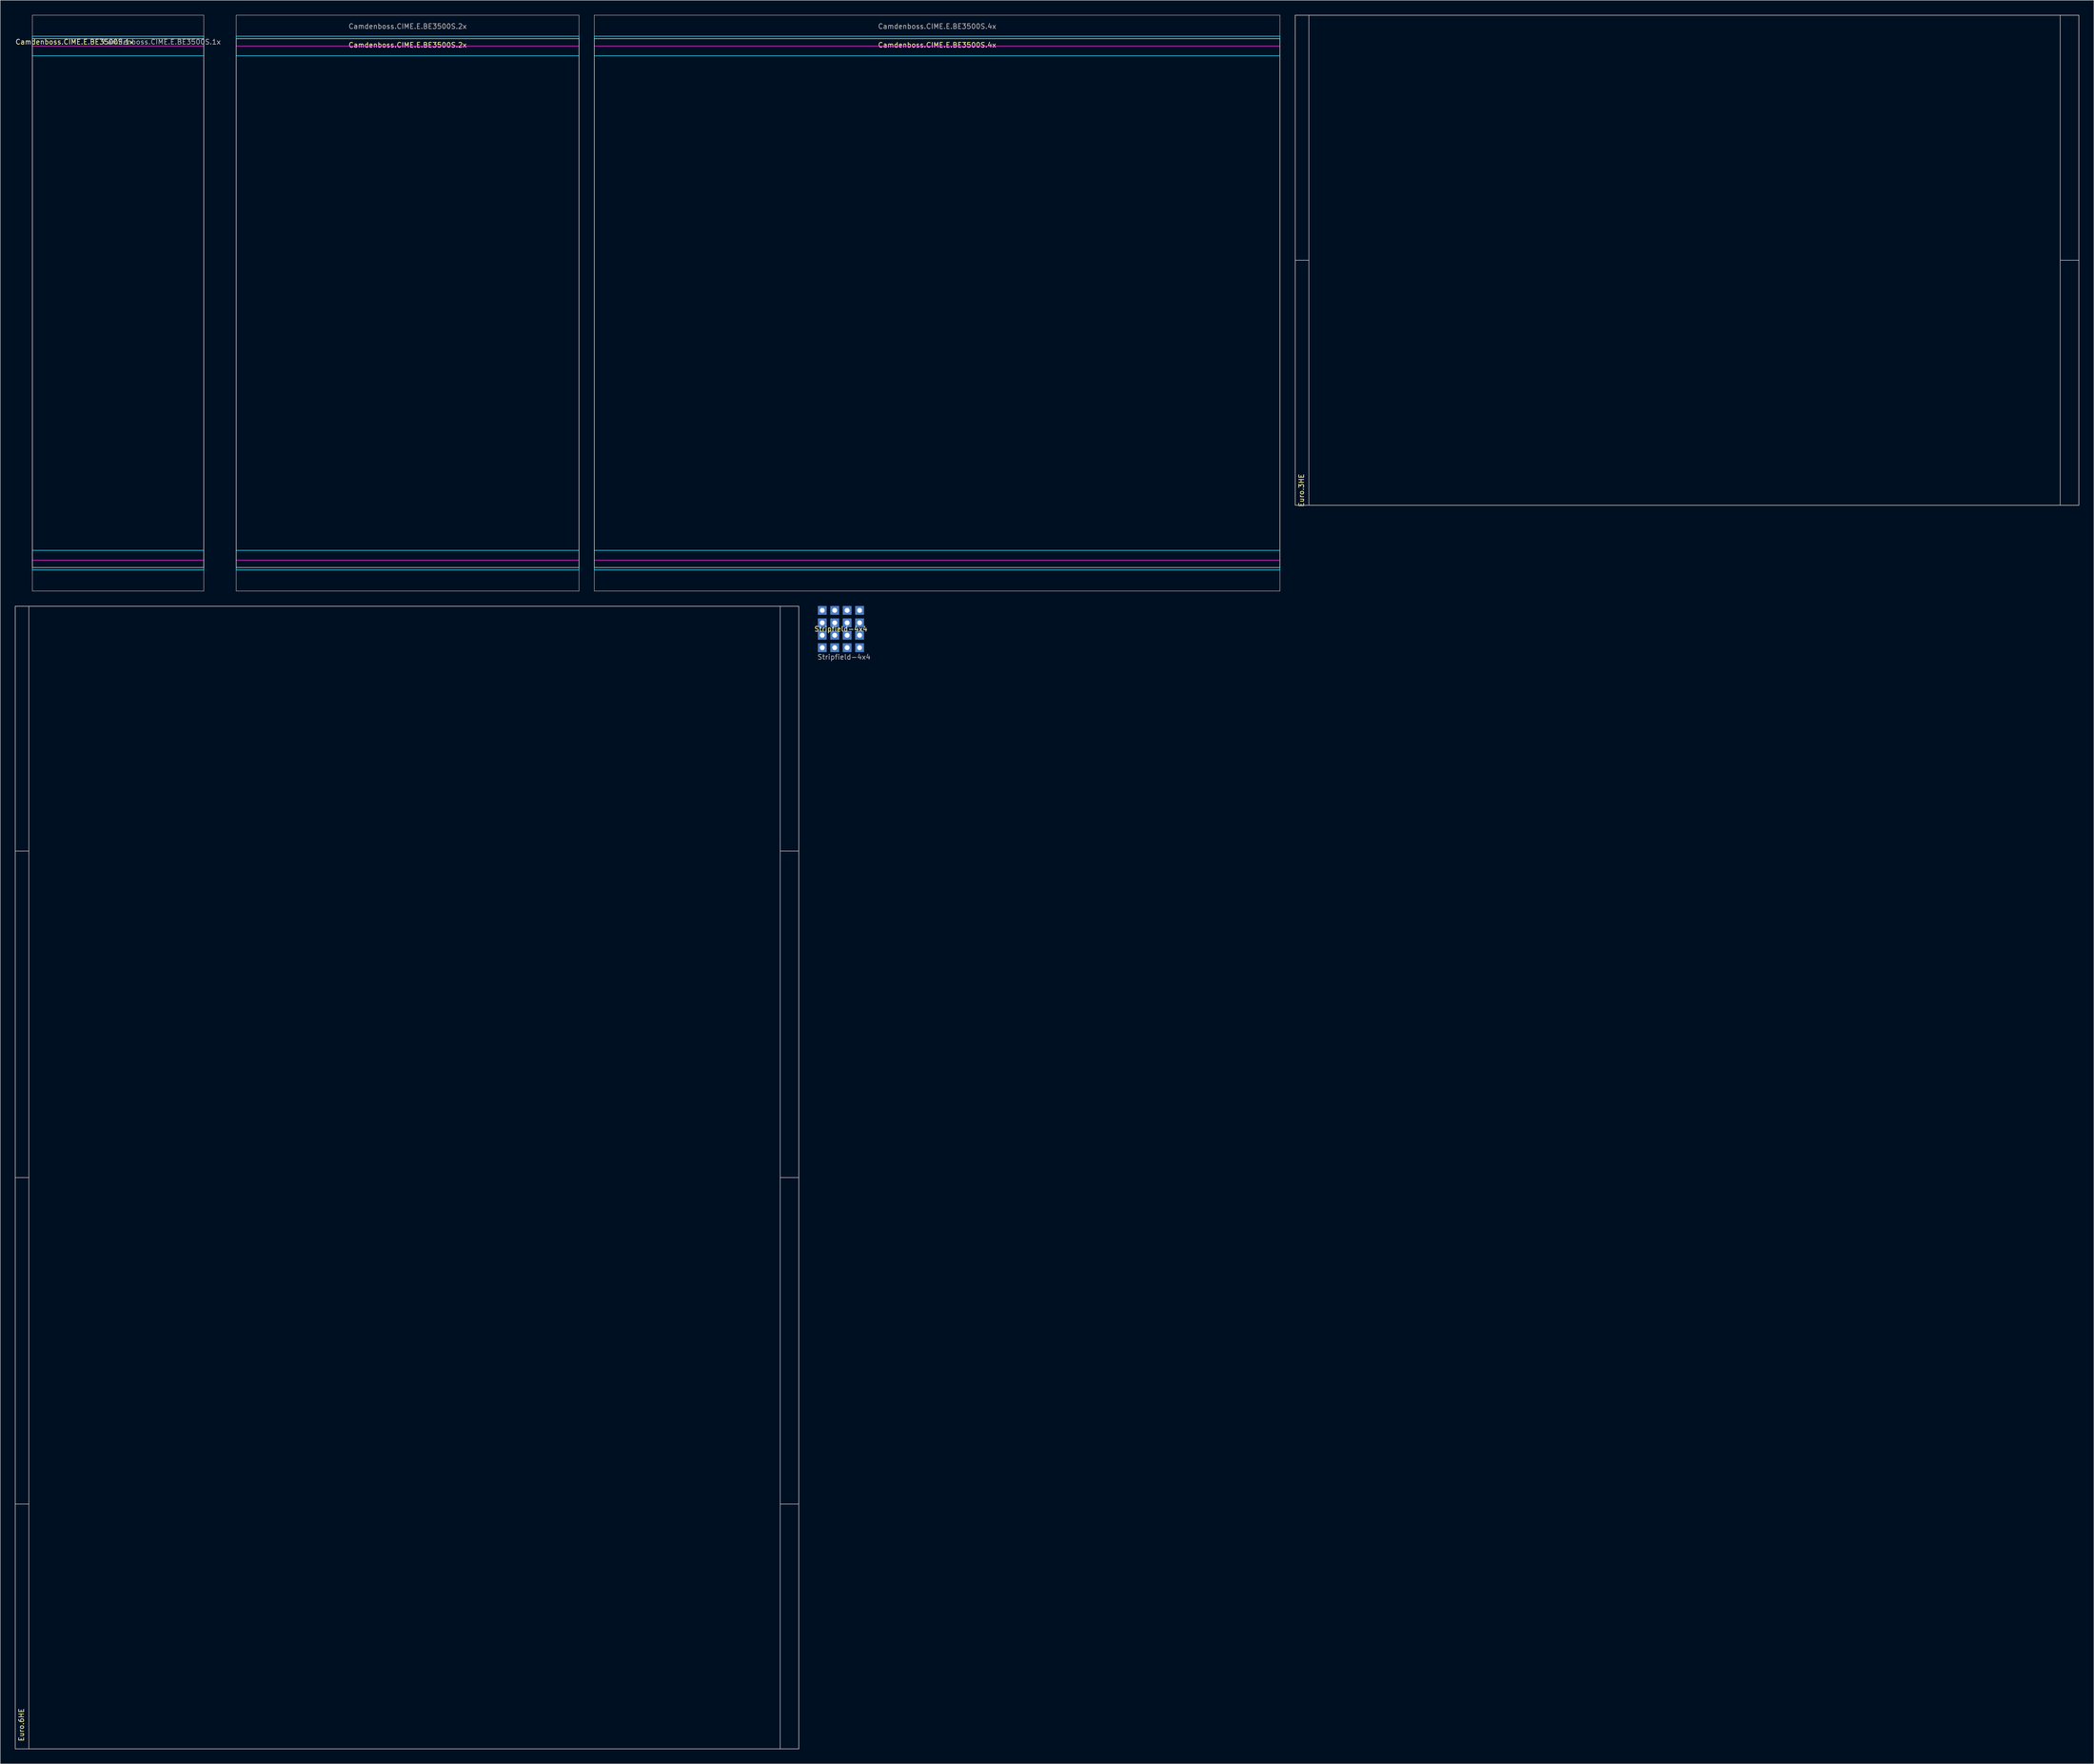
<source format=kicad_pcb>
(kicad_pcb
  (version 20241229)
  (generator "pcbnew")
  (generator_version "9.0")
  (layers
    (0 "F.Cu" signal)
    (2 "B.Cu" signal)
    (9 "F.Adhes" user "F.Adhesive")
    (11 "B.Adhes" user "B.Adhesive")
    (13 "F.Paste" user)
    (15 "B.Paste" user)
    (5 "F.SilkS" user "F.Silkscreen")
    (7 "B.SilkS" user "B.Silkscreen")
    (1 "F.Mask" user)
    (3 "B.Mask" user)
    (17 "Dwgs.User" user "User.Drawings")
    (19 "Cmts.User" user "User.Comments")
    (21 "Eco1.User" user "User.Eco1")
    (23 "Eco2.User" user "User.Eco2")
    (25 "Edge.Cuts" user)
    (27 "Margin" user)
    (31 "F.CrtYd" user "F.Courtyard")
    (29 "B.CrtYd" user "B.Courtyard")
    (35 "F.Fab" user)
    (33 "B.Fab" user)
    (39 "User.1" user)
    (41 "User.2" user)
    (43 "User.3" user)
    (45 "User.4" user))
  (footprint "Stripfield-4x4"
    (layer "F.Cu")
    (at 164.85 129.22)
    (property "Reference" "Stripfield-4x4" (at 3.81 -3.81 0) (unlocked yes) (layer "F.SilkS") (effects (font (size 1 1) (thickness 0.15))))
    (fp_text user "${REFERENCE}" (at 4.445 1.905 0) (unlocked yes) (layer "F.Fab") (effects (font (size 1 1) (thickness 0.15))))
    (pad "1" thru_hole rect (at 0 0) (size 1.8 1.8) (drill 1) (layers "*.Cu" "*.Mask"))
    (pad "2" thru_hole rect (at 2.54 0) (size 1.8 1.8) (drill 1) (layers "*.Cu" "*.Mask"))
    (pad "3" thru_hole rect (at 5.08 0) (size 1.8 1.8) (drill 1) (layers "*.Cu" "*.Mask"))
    (pad "4" thru_hole rect (at 7.62 0) (size 1.8 1.8) (drill 1) (layers "*.Cu" "*.Mask"))
    (pad "5" thru_hole rect (at 0 -2.54) (size 1.8 1.8) (drill 1) (layers "*.Cu" "*.Mask"))
    (pad "6" thru_hole rect (at 2.54 -2.54) (size 1.8 1.8) (drill 1) (layers "*.Cu" "*.Mask"))
    (pad "7" thru_hole rect (at 5.08 -2.54) (size 1.8 1.8) (drill 1) (layers "*.Cu" "*.Mask"))
    (pad "8" thru_hole rect (at 7.62 -2.54) (size 1.8 1.8) (drill 1) (layers "*.Cu" "*.Mask"))
    (pad "9" thru_hole rect (at 0 -5.08) (size 1.8 1.8) (drill 1) (layers "*.Cu" "*.Mask"))
    (pad "10" thru_hole rect (at 2.54 -5.08) (size 1.8 1.8) (drill 1) (layers "*.Cu" "*.Mask"))
    (pad "11" thru_hole rect (at 5.08 -5.08) (size 1.8 1.8) (drill 1) (layers "*.Cu" "*.Mask"))
    (pad "12" thru_hole rect (at 7.62 -5.08) (size 1.8 1.8) (drill 1) (layers "*.Cu" "*.Mask"))
    (pad "13" thru_hole rect (at 0 -7.62) (size 1.8 1.8) (drill 1) (layers "*.Cu" "*.Mask"))
    (pad "14" thru_hole rect (at 2.54 -7.62) (size 1.8 1.8) (drill 1) (layers "*.Cu" "*.Mask"))
    (pad "15" thru_hole rect (at 5.08 -7.62) (size 1.8 1.8) (drill 1) (layers "*.Cu" "*.Mask"))
    (pad "16" thru_hole rect (at 7.62 -7.62) (size 1.8 1.8) (drill 1) (layers "*.Cu" "*.Mask")))
  (footprint "Euro.3HE"
    (layer "F.Cu")
    (at 341.435 50.098)
    (property "Reference" "Euro.3HE" (at -78.74 46.99 90) (unlocked yes) (layer "F.SilkS") (effects (font (size 1 1) (thickness 0.15))))
    (fp_line (start -80.01 0) (end -77.216 0) (stroke (width 0.12) (type solid)) (layer "Dwgs.User"))
    (fp_line (start -77.216 50.038) (end -77.216 -50.038) (stroke (width 0.12) (type solid)) (layer "Dwgs.User"))
    (fp_line (start 76.2 0) (end 80.01 0) (stroke (width 0.12) (type solid)) (layer "Dwgs.User"))
    (fp_line (start 76.2 50.038) (end 76.2 -50.038) (stroke (width 0.12) (type solid)) (layer "Dwgs.User"))
    (fp_line (start -80.01 -50.038) (end -80.01 50.038) (stroke (width 0.12) (type solid)) (layer "Edge.Cuts"))
    (fp_line (start -80.01 50.038) (end 80.01 50.038) (stroke (width 0.12) (type solid)) (layer "Edge.Cuts"))
    (fp_line (start 80.01 -50.038) (end -80.01 -50.038) (stroke (width 0.12) (type solid)) (layer "Edge.Cuts"))
    (fp_line (start 80.01 50.038) (end 80.01 -50.038) (stroke (width 0.12) (type solid)) (layer "Edge.Cuts")))
  (footprint "Camdenboss.CIME.E.BE3500S.2x"
    (layer "F.Cu")
    (at 80.185 58.85)
    (property "Reference" "Camdenboss.CIME.E.BE3500S.2x" (at 0 -52.705 0) (unlocked yes) (layer "F.SilkS") (effects (font (size 1 1) (thickness 0.15))))
    (fp_line (start -35 -54) (end 35 -54) (stroke (width 0.12) (type solid)) (layer "Edge.Cuts"))
    (fp_line (start -35 54) (end -35 -54) (stroke (width 0.12) (type solid)) (layer "Edge.Cuts"))
    (fp_line (start 35 -54) (end 35 54) (stroke (width 0.12) (type solid)) (layer "Edge.Cuts"))
    (fp_line (start 35 54) (end -35 54) (stroke (width 0.12) (type solid)) (layer "Edge.Cuts"))
    (fp_line (start -35 -54.5) (end 35 -54.5) (stroke (width 0.12) (type solid)) (layer "B.CrtYd"))
    (fp_line (start -35 -50.5) (end -35 -54.5) (stroke (width 0.12) (type solid)) (layer "B.CrtYd"))
    (fp_line (start -35 50.5) (end 35 50.5) (stroke (width 0.12) (type solid)) (layer "B.CrtYd"))
    (fp_line (start -35 54.5) (end -35 50.5) (stroke (width 0.12) (type solid)) (layer "B.CrtYd"))
    (fp_line (start 35 -54.5) (end 35 -50.5) (stroke (width 0.12) (type solid)) (layer "B.CrtYd"))
    (fp_line (start 35 -50.5) (end -35 -50.5) (stroke (width 0.12) (type solid)) (layer "B.CrtYd"))
    (fp_line (start 35 50.5) (end 35 54.5) (stroke (width 0.12) (type solid)) (layer "B.CrtYd"))
    (fp_line (start 35 54.5) (end -35 54.5) (stroke (width 0.12) (type solid)) (layer "B.CrtYd"))
    (fp_line (start -35 -54.5) (end 35 -54.5) (stroke (width 0.12) (type solid)) (layer "F.CrtYd"))
    (fp_line (start -35 -52.5) (end -35 -54.5) (stroke (width 0.12) (type solid)) (layer "F.CrtYd"))
    (fp_line (start -35 52.5) (end 35 52.5) (stroke (width 0.12) (type solid)) (layer "F.CrtYd"))
    (fp_line (start -35 54.5) (end -35 52.5) (stroke (width 0.12) (type solid)) (layer "F.CrtYd"))
    (fp_line (start 35 -54.5) (end 35 -52.5) (stroke (width 0.12) (type solid)) (layer "F.CrtYd"))
    (fp_line (start 35 -52.5) (end -35 -52.5) (stroke (width 0.12) (type solid)) (layer "F.CrtYd"))
    (fp_line (start 35 52.5) (end 35 54.5) (stroke (width 0.12) (type solid)) (layer "F.CrtYd"))
    (fp_line (start 35 54.5) (end -35 54.5) (stroke (width 0.12) (type solid)) (layer "F.CrtYd"))
    (fp_line (start -35 -58.8) (end -35 -54.5) (stroke (width 0.1) (type solid)) (layer "F.Fab"))
    (fp_line (start -35 -58.8) (end 35 -58.8) (stroke (width 0.1) (type solid)) (layer "F.Fab"))
    (fp_line (start -35 -54.5) (end -35 54.5) (stroke (width 0.1) (type solid)) (layer "F.Fab"))
    (fp_line (start -35 54.5) (end 35 54.5) (stroke (width 0.1) (type solid)) (layer "F.Fab"))
    (fp_line (start -35 58.8) (end -35 54.5) (stroke (width 0.1) (type solid)) (layer "F.Fab"))
    (fp_line (start -35 58.8) (end 35 58.8) (stroke (width 0.1) (type solid)) (layer "F.Fab"))
    (fp_line (start 35 -58.8) (end 35 -54.5) (stroke (width 0.1) (type solid)) (layer "F.Fab"))
    (fp_line (start 35 -54.5) (end -35 -54.5) (stroke (width 0.1) (type solid)) (layer "F.Fab"))
    (fp_line (start 35 54.5) (end 35 -54.5) (stroke (width 0.1) (type solid)) (layer "F.Fab"))
    (fp_line (start 35 58.8) (end 35 54.5) (stroke (width 0.1) (type solid)) (layer "F.Fab"))
    (fp_text user "${REFERENCE}" (at 0 -56.515 0) (unlocked yes) (layer "F.Fab") (effects (font (size 1 1) (thickness 0.15)))))
  (footprint "Camdenboss.CIME.E.BE3500S.4x"
    (layer "F.Cu")
    (at 188.305 58.85)
    (property "Reference" "Camdenboss.CIME.E.BE3500S.4x" (at 0 -52.705 0) (unlocked yes) (layer "F.SilkS") (effects (font (size 1 1) (thickness 0.15))))
    (fp_line (start -70 -54) (end 70 -54) (stroke (width 0.12) (type solid)) (layer "Edge.Cuts"))
    (fp_line (start -70 54) (end -70 -54) (stroke (width 0.12) (type solid)) (layer "Edge.Cuts"))
    (fp_line (start 70 -54) (end 70 54) (stroke (width 0.12) (type solid)) (layer "Edge.Cuts"))
    (fp_line (start 70 54) (end -70 54) (stroke (width 0.12) (type solid)) (layer "Edge.Cuts"))
    (fp_line (start -70 -54.5) (end 70 -54.5) (stroke (width 0.12) (type solid)) (layer "B.CrtYd"))
    (fp_line (start -70 -50.5) (end -70 -54.5) (stroke (width 0.12) (type solid)) (layer "B.CrtYd"))
    (fp_line (start -70 50.5) (end 70 50.5) (stroke (width 0.12) (type solid)) (layer "B.CrtYd"))
    (fp_line (start -70 54.5) (end -70 50.5) (stroke (width 0.12) (type solid)) (layer "B.CrtYd"))
    (fp_line (start 70 -54.5) (end 70 -50.5) (stroke (width 0.12) (type solid)) (layer "B.CrtYd"))
    (fp_line (start 70 -50.5) (end -70 -50.5) (stroke (width 0.12) (type solid)) (layer "B.CrtYd"))
    (fp_line (start 70 50.5) (end 70 54.5) (stroke (width 0.12) (type solid)) (layer "B.CrtYd"))
    (fp_line (start 70 54.5) (end -70 54.5) (stroke (width 0.12) (type solid)) (layer "B.CrtYd"))
    (fp_line (start -70 -54.5) (end 70 -54.5) (stroke (width 0.12) (type solid)) (layer "F.CrtYd"))
    (fp_line (start -70 -52.5) (end -70 -54.5) (stroke (width 0.12) (type solid)) (layer "F.CrtYd"))
    (fp_line (start -70 52.5) (end 70 52.5) (stroke (width 0.12) (type solid)) (layer "F.CrtYd"))
    (fp_line (start -70 54.5) (end -70 52.5) (stroke (width 0.12) (type solid)) (layer "F.CrtYd"))
    (fp_line (start 70 -54.5) (end 70 -52.5) (stroke (width 0.12) (type solid)) (layer "F.CrtYd"))
    (fp_line (start 70 -52.5) (end -70 -52.5) (stroke (width 0.12) (type solid)) (layer "F.CrtYd"))
    (fp_line (start 70 52.5) (end 70 54.5) (stroke (width 0.12) (type solid)) (layer "F.CrtYd"))
    (fp_line (start 70 54.5) (end -70 54.5) (stroke (width 0.12) (type solid)) (layer "F.CrtYd"))
    (fp_line (start -70 -58.8) (end -70 -54.5) (stroke (width 0.1) (type solid)) (layer "F.Fab"))
    (fp_line (start -70 -58.8) (end 70 -58.8) (stroke (width 0.1) (type solid)) (layer "F.Fab"))
    (fp_line (start -70 -54.5) (end -70 54.5) (stroke (width 0.1) (type solid)) (layer "F.Fab"))
    (fp_line (start -70 54.5) (end 70 54.5) (stroke (width 0.1) (type solid)) (layer "F.Fab"))
    (fp_line (start -70 58.8) (end -70 54.5) (stroke (width 0.1) (type solid)) (layer "F.Fab"))
    (fp_line (start -70 58.8) (end 70 58.8) (stroke (width 0.1) (type solid)) (layer "F.Fab"))
    (fp_line (start 70 -58.8) (end 70 -54.5) (stroke (width 0.1) (type solid)) (layer "F.Fab"))
    (fp_line (start 70 -54.5) (end -70 -54.5) (stroke (width 0.1) (type solid)) (layer "F.Fab"))
    (fp_line (start 70 54.5) (end 70 -54.5) (stroke (width 0.1) (type solid)) (layer "F.Fab"))
    (fp_line (start 70 58.8) (end 70 54.5) (stroke (width 0.1) (type solid)) (layer "F.Fab"))
    (fp_text user "${REFERENCE}" (at 0 -56.515 0) (unlocked yes) (layer "F.Fab") (effects (font (size 1 1) (thickness 0.15)))))
  (footprint "Camdenboss.CIME.E.BE3500S.1x"
    (layer "F.Cu")
    (at 21.063 58.85)
    (property "Reference" "Camdenboss.CIME.E.BE3500S.1x" (at -8.89 -53.34 0) (unlocked yes) (layer "F.SilkS") (effects (font (size 1 1) (thickness 0.15))))
    (fp_line (start -17.5 -54) (end 17.5 -54) (stroke (width 0.12) (type solid)) (layer "Edge.Cuts"))
    (fp_line (start -17.5 54) (end -17.5 -54) (stroke (width 0.12) (type solid)) (layer "Edge.Cuts"))
    (fp_line (start 17.5 -54) (end 17.5 54) (stroke (width 0.12) (type solid)) (layer "Edge.Cuts"))
    (fp_line (start 17.5 54) (end -17.5 54) (stroke (width 0.12) (type solid)) (layer "Edge.Cuts"))
    (fp_line (start -17.5 -54.5) (end 17.5 -54.5) (stroke (width 0.12) (type solid)) (layer "B.CrtYd"))
    (fp_line (start -17.5 -50.5) (end -17.5 -54.5) (stroke (width 0.12) (type solid)) (layer "B.CrtYd"))
    (fp_line (start -17.5 50.5) (end 17.5 50.5) (stroke (width 0.12) (type solid)) (layer "B.CrtYd"))
    (fp_line (start -17.5 54.5) (end -17.5 50.5) (stroke (width 0.12) (type solid)) (layer "B.CrtYd"))
    (fp_line (start 17.5 -54.5) (end 17.5 -50.5) (stroke (width 0.12) (type solid)) (layer "B.CrtYd"))
    (fp_line (start 17.5 -50.5) (end -17.5 -50.5) (stroke (width 0.12) (type solid)) (layer "B.CrtYd"))
    (fp_line (start 17.5 50.5) (end 17.5 54.5) (stroke (width 0.12) (type solid)) (layer "B.CrtYd"))
    (fp_line (start 17.5 54.5) (end -17.5 54.5) (stroke (width 0.12) (type solid)) (layer "B.CrtYd"))
    (fp_line (start -17.5 -54.5) (end 17.5 -54.5) (stroke (width 0.12) (type solid)) (layer "F.CrtYd"))
    (fp_line (start -17.5 -52.5) (end -17.5 -54.5) (stroke (width 0.12) (type solid)) (layer "F.CrtYd"))
    (fp_line (start -17.5 52.5) (end 17.5 52.5) (stroke (width 0.12) (type solid)) (layer "F.CrtYd"))
    (fp_line (start -17.5 54.5) (end -17.5 52.5) (stroke (width 0.12) (type solid)) (layer "F.CrtYd"))
    (fp_line (start 17.5 -54.5) (end 17.5 -52.5) (stroke (width 0.12) (type solid)) (layer "F.CrtYd"))
    (fp_line (start 17.5 -52.5) (end -17.5 -52.5) (stroke (width 0.12) (type solid)) (layer "F.CrtYd"))
    (fp_line (start 17.5 52.5) (end 17.5 54.5) (stroke (width 0.12) (type solid)) (layer "F.CrtYd"))
    (fp_line (start 17.5 54.5) (end -17.5 54.5) (stroke (width 0.12) (type solid)) (layer "F.CrtYd"))
    (fp_line (start -17.5 -58.8) (end -17.5 -54.5) (stroke (width 0.1) (type solid)) (layer "F.Fab"))
    (fp_line (start -17.5 -58.8) (end 17.5 -58.8) (stroke (width 0.1) (type solid)) (layer "F.Fab"))
    (fp_line (start -17.5 -54.5) (end -17.5 54.5) (stroke (width 0.1) (type solid)) (layer "F.Fab"))
    (fp_line (start -17.5 54.5) (end 17.5 54.5) (stroke (width 0.1) (type solid)) (layer "F.Fab"))
    (fp_line (start -17.5 58.8) (end -17.5 54.5) (stroke (width 0.1) (type solid)) (layer "F.Fab"))
    (fp_line (start -17.5 58.8) (end 17.5 58.8) (stroke (width 0.1) (type solid)) (layer "F.Fab"))
    (fp_line (start 17.5 -58.8) (end 17.5 -54.5) (stroke (width 0.1) (type solid)) (layer "F.Fab"))
    (fp_line (start 17.5 -54.5) (end -17.5 -54.5) (stroke (width 0.1) (type solid)) (layer "F.Fab"))
    (fp_line (start 17.5 54.5) (end 17.5 -54.5) (stroke (width 0.1) (type solid)) (layer "F.Fab"))
    (fp_line (start 17.5 58.8) (end 17.5 54.5) (stroke (width 0.1) (type solid)) (layer "F.Fab"))
    (fp_text user "${REFERENCE}" (at 8.89 -53.34 0) (unlocked yes) (layer "F.Fab") (effects (font (size 1 1) (thickness 0.15)))))
  (footprint "Euro.6HE"
    (layer "F.Cu")
    (at 80.06 237.435)
    (property "Reference" "Euro.6HE" (at -78.74 111.76 90) (unlocked yes) (layer "F.SilkS") (effects (font (size 1 1) (thickness 0.15))))
    (fp_line (start -80 -66.675) (end -77.216 -66.675) (stroke (width 0.12) (type solid)) (layer "Dwgs.User"))
    (fp_line (start -80 0) (end -77.216 0) (stroke (width 0.12) (type solid)) (layer "Dwgs.User"))
    (fp_line (start -80 66.675) (end -77.216 66.675) (stroke (width 0.12) (type solid)) (layer "Dwgs.User"))
    (fp_line (start -77.216 116.675) (end -77.216 -116.675) (stroke (width 0.12) (type solid)) (layer "Dwgs.User"))
    (fp_line (start 76.2 -66.675) (end 80 -66.675) (stroke (width 0.12) (type solid)) (layer "Dwgs.User"))
    (fp_line (start 76.2 0) (end 80.01 0) (stroke (width 0.12) (type solid)) (layer "Dwgs.User"))
    (fp_line (start 76.2 66.675) (end 80 66.675) (stroke (width 0.12) (type solid)) (layer "Dwgs.User"))
    (fp_line (start 76.2 116.675) (end 76.2 -116.675) (stroke (width 0.12) (type solid)) (layer "Dwgs.User"))
    (fp_line (start -80 -116.675) (end -80 116.675) (stroke (width 0.12) (type solid)) (layer "Edge.Cuts"))
    (fp_line (start -80 116.675) (end 80 116.675) (stroke (width 0.12) (type solid)) (layer "Edge.Cuts"))
    (fp_line (start 80 -116.675) (end -80 -116.675) (stroke (width 0.12) (type solid)) (layer "Edge.Cuts"))
    (fp_line (start 80 116.675) (end 80 -116.675) (stroke (width 0.12) (type solid)) (layer "Edge.Cuts")))
  (gr_rect
    (start -3 -3)
    (end 424.505 357.17)
    (stroke (width 0.1) (type default))
    (fill no)
    (layer "Edge.Cuts")))
</source>
